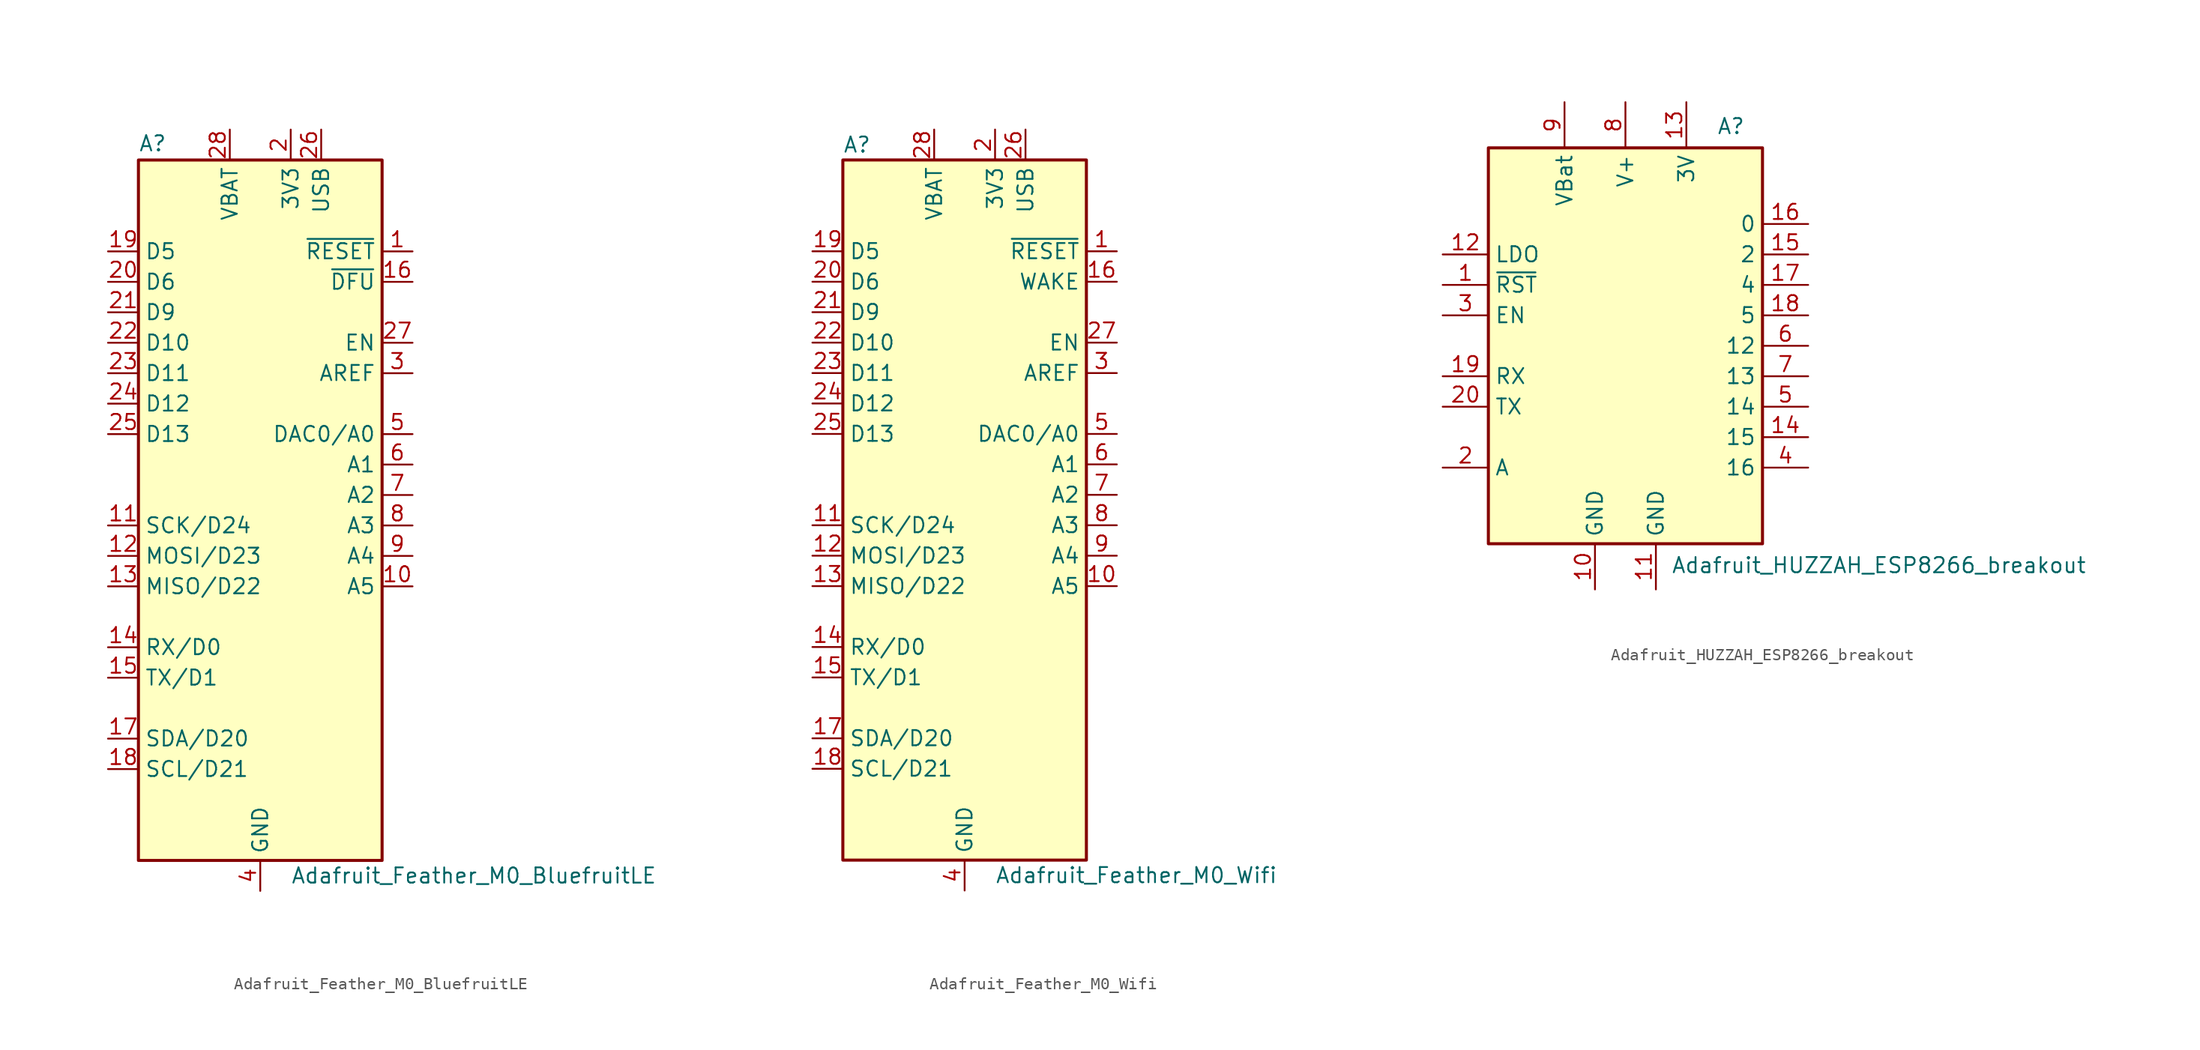
<source format=kicad_sym>
(kicad_symbol_lib
  (version 20241209)
  (generator "kicad_symbol_editor")
  (generator_version "9.0")
  (symbol "Adafruit_Feather_M0_BluefruitLE"
    (property "Reference" "A"
      (at -10.16 28.575 0)
      (effects (font (size 1.27 1.27)) (justify left bottom)))
    (property "Value" "Adafruit_Feather_M0_BluefruitLE"
      (at 2.54 -31.75 0)
      (effects (font (size 1.27 1.27)) (justify left)))
    (symbol "Adafruit_Feather_M0_BluefruitLE_0_1"
      (rectangle (start -10.16 27.94) (end 10.16 -30.48) (stroke (width 0.254) (type default)) (fill (type background))))
    (symbol "Adafruit_Feather_M0_BluefruitLE_1_1"
      (pin bidirectional line (at -12.7 20.32 0) (length 2.54) (name "D5" (effects (font (size 1.27 1.27)))) (number "19" (effects (font (size 1.27 1.27)))))
      (pin bidirectional line (at -12.7 17.78 0) (length 2.54) (name "D6" (effects (font (size 1.27 1.27)))) (number "20" (effects (font (size 1.27 1.27)))))
      (pin bidirectional line (at -12.7 15.24 0) (length 2.54) (name "D9" (effects (font (size 1.27 1.27)))) (number "21" (effects (font (size 1.27 1.27)))))
      (pin bidirectional line (at -12.7 12.7 0) (length 2.54) (name "D10" (effects (font (size 1.27 1.27)))) (number "22" (effects (font (size 1.27 1.27)))))
      (pin bidirectional line (at -12.7 10.16 0) (length 2.54) (name "D11" (effects (font (size 1.27 1.27)))) (number "23" (effects (font (size 1.27 1.27)))))
      (pin bidirectional line (at -12.7 7.62 0) (length 2.54) (name "D12" (effects (font (size 1.27 1.27)))) (number "24" (effects (font (size 1.27 1.27)))))
      (pin bidirectional line (at -12.7 5.08 0) (length 2.54) (name "D13" (effects (font (size 1.27 1.27)))) (number "25" (effects (font (size 1.27 1.27)))))
      (pin bidirectional line (at -12.7 -2.54 0) (length 2.54) (name "SCK/D24" (effects (font (size 1.27 1.27)))) (number "11" (effects (font (size 1.27 1.27)))))
      (pin bidirectional line (at -12.7 -5.08 0) (length 2.54) (name "MOSI/D23" (effects (font (size 1.27 1.27)))) (number "12" (effects (font (size 1.27 1.27)))))
      (pin bidirectional line (at -12.7 -7.62 0) (length 2.54) (name "MISO/D22" (effects (font (size 1.27 1.27)))) (number "13" (effects (font (size 1.27 1.27)))))
      (pin bidirectional line (at -12.7 -12.7 0) (length 2.54) (name "RX/D0" (effects (font (size 1.27 1.27)))) (number "14" (effects (font (size 1.27 1.27)))))
      (pin bidirectional line (at -12.7 -15.24 0) (length 2.54) (name "TX/D1" (effects (font (size 1.27 1.27)))) (number "15" (effects (font (size 1.27 1.27)))))
      (pin bidirectional line (at -12.7 -20.32 0) (length 2.54) (name "SDA/D20" (effects (font (size 1.27 1.27)))) (number "17" (effects (font (size 1.27 1.27)))))
      (pin bidirectional line (at -12.7 -22.86 0) (length 2.54) (name "SCL/D21" (effects (font (size 1.27 1.27)))) (number "18" (effects (font (size 1.27 1.27)))))
      (pin power_in line (at -2.54 30.48 270) (length 2.54) (name "VBAT" (effects (font (size 1.27 1.27)))) (number "28" (effects (font (size 1.27 1.27)))))
      (pin power_in line (at 0 -33.02 90) (length 2.54) (name "GND" (effects (font (size 1.27 1.27)))) (number "4" (effects (font (size 1.27 1.27)))))
      (pin power_in line (at 2.54 30.48 270) (length 2.54) (name "3V3" (effects (font (size 1.27 1.27)))) (number "2" (effects (font (size 1.27 1.27)))))
      (pin power_in line (at 5.08 30.48 270) (length 2.54) (name "USB" (effects (font (size 1.27 1.27)))) (number "26" (effects (font (size 1.27 1.27)))))
      (pin input line (at 12.7 20.32 180) (length 2.54) (name "~{RESET}" (effects (font (size 1.27 1.27)))) (number "1" (effects (font (size 1.27 1.27)))))
      (pin input line (at 12.7 17.78 180) (length 2.54) (name "~{DFU}" (effects (font (size 1.27 1.27)))) (number "16" (effects (font (size 1.27 1.27)))))
      (pin input line (at 12.7 12.7 180) (length 2.54) (name "EN" (effects (font (size 1.27 1.27)))) (number "27" (effects (font (size 1.27 1.27)))))
      (pin input line (at 12.7 10.16 180) (length 2.54) (name "AREF" (effects (font (size 1.27 1.27)))) (number "3" (effects (font (size 1.27 1.27)))))
      (pin bidirectional line (at 12.7 5.08 180) (length 2.54) (name "DAC0/A0" (effects (font (size 1.27 1.27)))) (number "5" (effects (font (size 1.27 1.27)))))
      (pin bidirectional line (at 12.7 2.54 180) (length 2.54) (name "A1" (effects (font (size 1.27 1.27)))) (number "6" (effects (font (size 1.27 1.27)))))
      (pin bidirectional line (at 12.7 0 180) (length 2.54) (name "A2" (effects (font (size 1.27 1.27)))) (number "7" (effects (font (size 1.27 1.27)))))
      (pin bidirectional line (at 12.7 -2.54 180) (length 2.54) (name "A3" (effects (font (size 1.27 1.27)))) (number "8" (effects (font (size 1.27 1.27)))))
      (pin bidirectional line (at 12.7 -5.08 180) (length 2.54) (name "A4" (effects (font (size 1.27 1.27)))) (number "9" (effects (font (size 1.27 1.27)))))
      (pin bidirectional line (at 12.7 -7.62 180) (length 2.54) (name "A5" (effects (font (size 1.27 1.27)))) (number "10" (effects (font (size 1.27 1.27)))))))
  (symbol "Adafruit_Feather_M0_Wifi"
    (property "Reference" "A"
      (at -10.16 29.21 0)
      (effects (font (size 1.27 1.27)) (justify left)))
    (property "Value" "Adafruit_Feather_M0_Wifi"
      (at 2.54 -31.75 0)
      (effects (font (size 1.27 1.27)) (justify left)))
    (symbol "Adafruit_Feather_M0_Wifi_0_1"
      (rectangle (start -10.16 27.94) (end 10.16 -30.48) (stroke (width 0.254) (type default)) (fill (type background))))
    (symbol "Adafruit_Feather_M0_Wifi_1_1"
      (pin bidirectional line (at -12.7 20.32 0) (length 2.54) (name "D5" (effects (font (size 1.27 1.27)))) (number "19" (effects (font (size 1.27 1.27)))))
      (pin bidirectional line (at -12.7 17.78 0) (length 2.54) (name "D6" (effects (font (size 1.27 1.27)))) (number "20" (effects (font (size 1.27 1.27)))))
      (pin bidirectional line (at -12.7 15.24 0) (length 2.54) (name "D9" (effects (font (size 1.27 1.27)))) (number "21" (effects (font (size 1.27 1.27)))))
      (pin bidirectional line (at -12.7 12.7 0) (length 2.54) (name "D10" (effects (font (size 1.27 1.27)))) (number "22" (effects (font (size 1.27 1.27)))))
      (pin bidirectional line (at -12.7 10.16 0) (length 2.54) (name "D11" (effects (font (size 1.27 1.27)))) (number "23" (effects (font (size 1.27 1.27)))))
      (pin bidirectional line (at -12.7 7.62 0) (length 2.54) (name "D12" (effects (font (size 1.27 1.27)))) (number "24" (effects (font (size 1.27 1.27)))))
      (pin bidirectional line (at -12.7 5.08 0) (length 2.54) (name "D13" (effects (font (size 1.27 1.27)))) (number "25" (effects (font (size 1.27 1.27)))))
      (pin bidirectional line (at -12.7 -2.54 0) (length 2.54) (name "SCK/D24" (effects (font (size 1.27 1.27)))) (number "11" (effects (font (size 1.27 1.27)))))
      (pin bidirectional line (at -12.7 -5.08 0) (length 2.54) (name "MOSI/D23" (effects (font (size 1.27 1.27)))) (number "12" (effects (font (size 1.27 1.27)))))
      (pin bidirectional line (at -12.7 -7.62 0) (length 2.54) (name "MISO/D22" (effects (font (size 1.27 1.27)))) (number "13" (effects (font (size 1.27 1.27)))))
      (pin bidirectional line (at -12.7 -12.7 0) (length 2.54) (name "RX/D0" (effects (font (size 1.27 1.27)))) (number "14" (effects (font (size 1.27 1.27)))))
      (pin bidirectional line (at -12.7 -15.24 0) (length 2.54) (name "TX/D1" (effects (font (size 1.27 1.27)))) (number "15" (effects (font (size 1.27 1.27)))))
      (pin bidirectional line (at -12.7 -20.32 0) (length 2.54) (name "SDA/D20" (effects (font (size 1.27 1.27)))) (number "17" (effects (font (size 1.27 1.27)))))
      (pin bidirectional line (at -12.7 -22.86 0) (length 2.54) (name "SCL/D21" (effects (font (size 1.27 1.27)))) (number "18" (effects (font (size 1.27 1.27)))))
      (pin power_in line (at -2.54 30.48 270) (length 2.54) (name "VBAT" (effects (font (size 1.27 1.27)))) (number "28" (effects (font (size 1.27 1.27)))))
      (pin power_in line (at 0 -33.02 90) (length 2.54) (name "GND" (effects (font (size 1.27 1.27)))) (number "4" (effects (font (size 1.27 1.27)))))
      (pin power_in line (at 2.54 30.48 270) (length 2.54) (name "3V3" (effects (font (size 1.27 1.27)))) (number "2" (effects (font (size 1.27 1.27)))))
      (pin power_in line (at 5.08 30.48 270) (length 2.54) (name "USB" (effects (font (size 1.27 1.27)))) (number "26" (effects (font (size 1.27 1.27)))))
      (pin input line (at 12.7 20.32 180) (length 2.54) (name "~{RESET}" (effects (font (size 1.27 1.27)))) (number "1" (effects (font (size 1.27 1.27)))))
      (pin input line (at 12.7 17.78 180) (length 2.54) (name "WAKE" (effects (font (size 1.27 1.27)))) (number "16" (effects (font (size 1.27 1.27)))))
      (pin input line (at 12.7 12.7 180) (length 2.54) (name "EN" (effects (font (size 1.27 1.27)))) (number "27" (effects (font (size 1.27 1.27)))))
      (pin input line (at 12.7 10.16 180) (length 2.54) (name "AREF" (effects (font (size 1.27 1.27)))) (number "3" (effects (font (size 1.27 1.27)))))
      (pin bidirectional line (at 12.7 5.08 180) (length 2.54) (name "DAC0/A0" (effects (font (size 1.27 1.27)))) (number "5" (effects (font (size 1.27 1.27)))))
      (pin bidirectional line (at 12.7 2.54 180) (length 2.54) (name "A1" (effects (font (size 1.27 1.27)))) (number "6" (effects (font (size 1.27 1.27)))))
      (pin bidirectional line (at 12.7 0 180) (length 2.54) (name "A2" (effects (font (size 1.27 1.27)))) (number "7" (effects (font (size 1.27 1.27)))))
      (pin bidirectional line (at 12.7 -2.54 180) (length 2.54) (name "A3" (effects (font (size 1.27 1.27)))) (number "8" (effects (font (size 1.27 1.27)))))
      (pin bidirectional line (at 12.7 -5.08 180) (length 2.54) (name "A4" (effects (font (size 1.27 1.27)))) (number "9" (effects (font (size 1.27 1.27)))))
      (pin bidirectional line (at 12.7 -7.62 180) (length 2.54) (name "A5" (effects (font (size 1.27 1.27)))) (number "10" (effects (font (size 1.27 1.27)))))))
  (symbol "Adafruit_HUZZAH_ESP8266_breakout"
    (property "Reference" "A"
      (at 7.62 19.05 0)
      (effects (font (size 1.27 1.27)) (justify left top)))
    (property "Value" "Adafruit_HUZZAH_ESP8266_breakout"
      (at 3.81 -19.05 0)
      (effects (font (size 1.27 1.27)) (justify left bottom)))
    (symbol "Adafruit_HUZZAH_ESP8266_breakout_0_1"
      (rectangle (start -11.43 16.51) (end 11.43 -16.51) (stroke (width 0.254) (type default)) (fill (type background))))
    (symbol "Adafruit_HUZZAH_ESP8266_breakout_1_1"
      (pin input line (at -15.24 7.62 0) (length 3.81) (name "LDO" (effects (font (size 1.27 1.27)))) (number "12" (effects (font (size 1.27 1.27)))))
      (pin input line (at -15.24 5.08 0) (length 3.81) (name "~{RST}" (effects (font (size 1.27 1.27)))) (number "1" (effects (font (size 1.27 1.27)))))
      (pin input line (at -15.24 2.54 0) (length 3.81) (name "EN" (effects (font (size 1.27 1.27)))) (number "3" (effects (font (size 1.27 1.27)))))
      (pin input line (at -15.24 -2.54 0) (length 3.81) (name "RX" (effects (font (size 1.27 1.27)))) (number "19" (effects (font (size 1.27 1.27)))))
      (pin output line (at -15.24 -5.08 0) (length 3.81) (name "TX" (effects (font (size 1.27 1.27)))) (number "20" (effects (font (size 1.27 1.27)))))
      (pin input line (at -15.24 -10.16 0) (length 3.81) (name "A" (effects (font (size 1.27 1.27)))) (number "2" (effects (font (size 1.27 1.27)))))
      (pin power_in line (at -5.08 20.32 270) (length 3.81) (name "VBat" (effects (font (size 1.27 1.27)))) (number "9" (effects (font (size 1.27 1.27)))))
      (pin power_in line (at -2.54 -20.32 90) (length 3.81) (name "GND" (effects (font (size 1.27 1.27)))) (number "10" (effects (font (size 1.27 1.27)))))
      (pin power_in line (at 0 20.32 270) (length 3.81) (name "V+" (effects (font (size 1.27 1.27)))) (number "8" (effects (font (size 1.27 1.27)))))
      (pin power_in line (at 2.54 -20.32 90) (length 3.81) (name "GND" (effects (font (size 1.27 1.27)))) (number "11" (effects (font (size 1.27 1.27)))))
      (pin power_out line (at 5.08 20.32 270) (length 3.81) (name "3V" (effects (font (size 1.27 1.27)))) (number "13" (effects (font (size 1.27 1.27)))))
      (pin bidirectional line (at 15.24 10.16 180) (length 3.81) (name "0" (effects (font (size 1.27 1.27)))) (number "16" (effects (font (size 1.27 1.27)))))
      (pin bidirectional line (at 15.24 7.62 180) (length 3.81) (name "2" (effects (font (size 1.27 1.27)))) (number "15" (effects (font (size 1.27 1.27)))))
      (pin bidirectional line (at 15.24 5.08 180) (length 3.81) (name "4" (effects (font (size 1.27 1.27)))) (number "17" (effects (font (size 1.27 1.27)))))
      (pin bidirectional line (at 15.24 2.54 180) (length 3.81) (name "5" (effects (font (size 1.27 1.27)))) (number "18" (effects (font (size 1.27 1.27)))))
      (pin bidirectional line (at 15.24 0 180) (length 3.81) (name "12" (effects (font (size 1.27 1.27)))) (number "6" (effects (font (size 1.27 1.27)))))
      (pin bidirectional line (at 15.24 -2.54 180) (length 3.81) (name "13" (effects (font (size 1.27 1.27)))) (number "7" (effects (font (size 1.27 1.27)))))
      (pin bidirectional line (at 15.24 -5.08 180) (length 3.81) (name "14" (effects (font (size 1.27 1.27)))) (number "5" (effects (font (size 1.27 1.27)))))
      (pin bidirectional line (at 15.24 -7.62 180) (length 3.81) (name "15" (effects (font (size 1.27 1.27)))) (number "14" (effects (font (size 1.27 1.27)))))
      (pin bidirectional line (at 15.24 -10.16 180) (length 3.81) (name "16" (effects (font (size 1.27 1.27)))) (number "4" (effects (font (size 1.27 1.27))))))))
</source>
